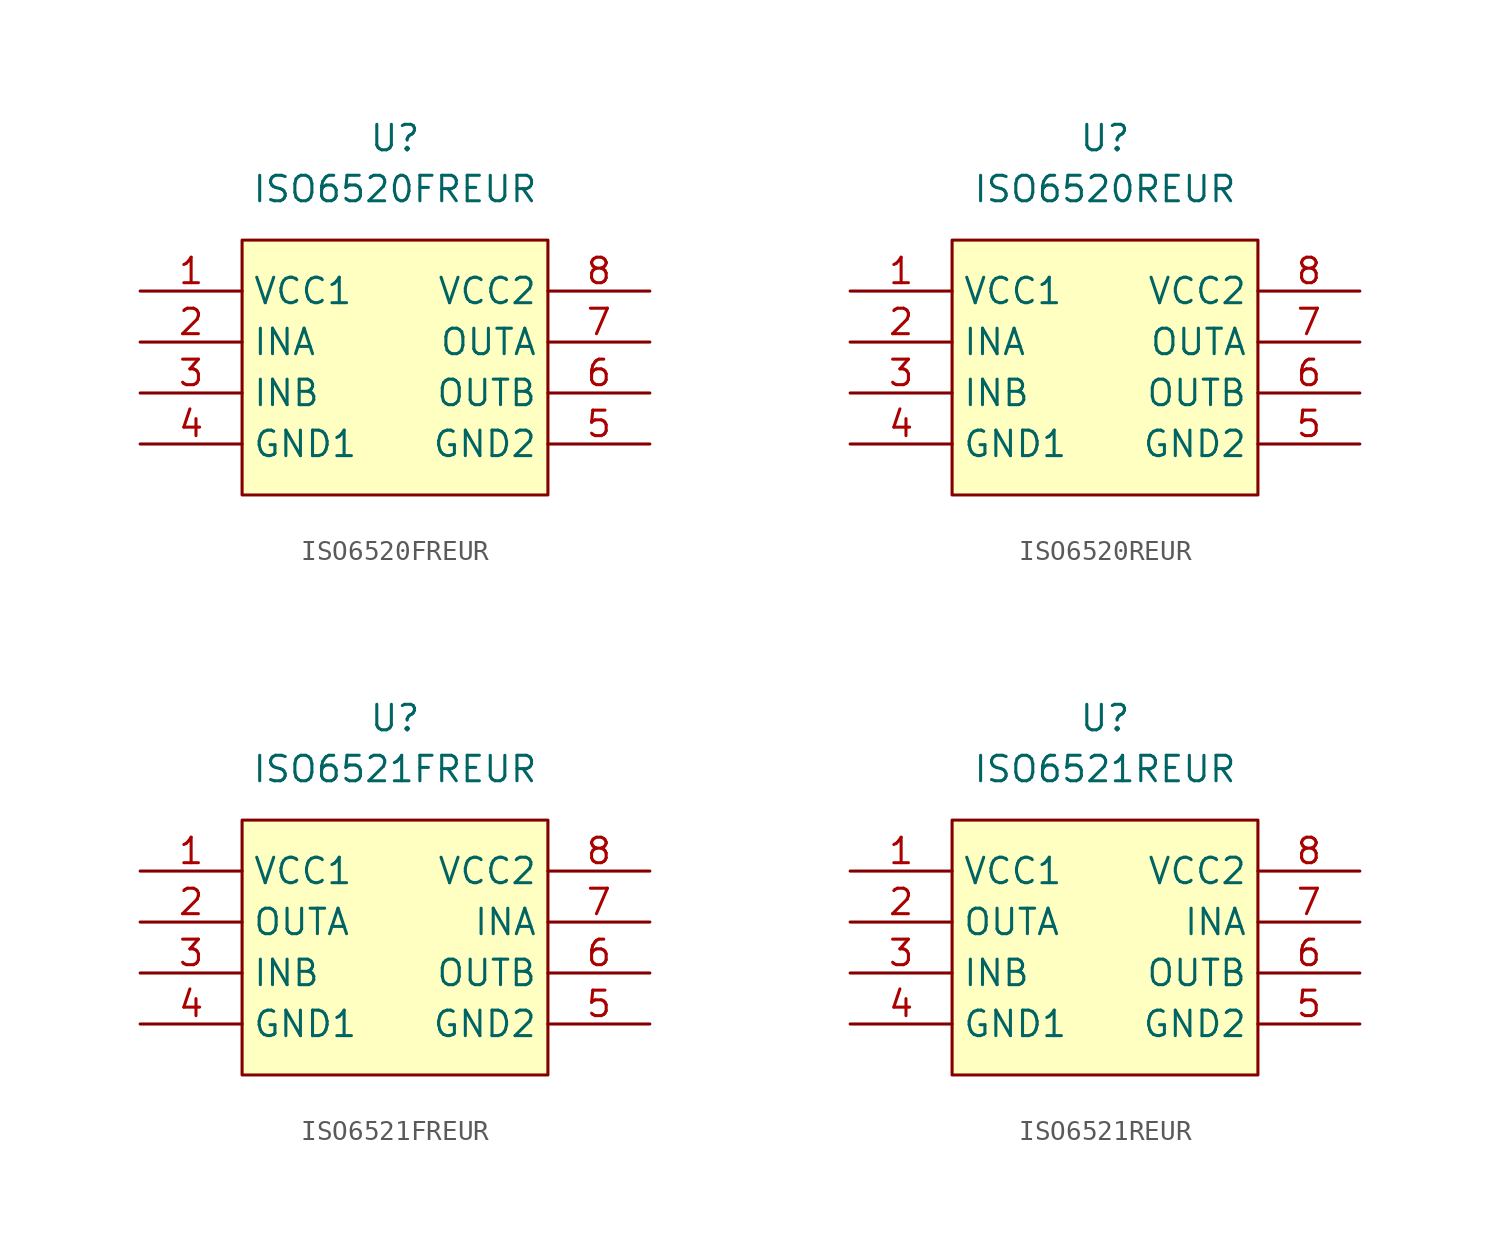
<source format=kicad_sym>
(kicad_symbol_lib
  (version 20241209)
  (generator "kicad_symbol_editor")
  (generator_version "9.0")
  (symbol "ISO6520FREUR"
    (property "Reference" "U"
      (at 0 5.08 0)
      (effects (font (size 1.27 1.27))))
    (property "Value" "ISO6520FREUR"
      (at 0 2.54 0)
      (effects (font (size 1.27 1.27))))
    (symbol "ISO6520FREUR_1_1"
      (rectangle (start -7.62 0) (end 7.62 -12.7) (stroke (width 0) (type solid)) (fill (type background)))
      (pin power_in line (at -12.7 -2.54 0) (length 5.08) (name "VCC1" (effects (font (size 1.27 1.27)))) (number "1" (effects (font (size 1.27 1.27)))))
      (pin input line (at -12.7 -5.08 0) (length 5.08) (name "INA" (effects (font (size 1.27 1.27)))) (number "2" (effects (font (size 1.27 1.27)))))
      (pin input line (at -12.7 -7.62 0) (length 5.08) (name "INB" (effects (font (size 1.27 1.27)))) (number "3" (effects (font (size 1.27 1.27)))))
      (pin passive line (at -12.7 -10.16 0) (length 5.08) (name "GND1" (effects (font (size 1.27 1.27)))) (number "4" (effects (font (size 1.27 1.27)))))
      (pin power_in line (at 12.7 -2.54 180) (length 5.08) (name "VCC2" (effects (font (size 1.27 1.27)))) (number "8" (effects (font (size 1.27 1.27)))))
      (pin output line (at 12.7 -5.08 180) (length 5.08) (name "OUTA" (effects (font (size 1.27 1.27)))) (number "7" (effects (font (size 1.27 1.27)))))
      (pin output line (at 12.7 -7.62 180) (length 5.08) (name "OUTB" (effects (font (size 1.27 1.27)))) (number "6" (effects (font (size 1.27 1.27)))))
      (pin passive line (at 12.7 -10.16 180) (length 5.08) (name "GND2" (effects (font (size 1.27 1.27)))) (number "5" (effects (font (size 1.27 1.27)))))))
  (symbol "ISO6520REUR"
    (property "Reference" "U"
      (at 0 5.08 0)
      (effects (font (size 1.27 1.27))))
    (property "Value" "ISO6520REUR"
      (at 0 2.54 0)
      (effects (font (size 1.27 1.27))))
    (symbol "ISO6520REUR_1_1"
      (rectangle (start -7.62 0) (end 7.62 -12.7) (stroke (width 0) (type solid)) (fill (type background)))
      (pin power_in line (at -12.7 -2.54 0) (length 5.08) (name "VCC1" (effects (font (size 1.27 1.27)))) (number "1" (effects (font (size 1.27 1.27)))))
      (pin input line (at -12.7 -5.08 0) (length 5.08) (name "INA" (effects (font (size 1.27 1.27)))) (number "2" (effects (font (size 1.27 1.27)))))
      (pin input line (at -12.7 -7.62 0) (length 5.08) (name "INB" (effects (font (size 1.27 1.27)))) (number "3" (effects (font (size 1.27 1.27)))))
      (pin passive line (at -12.7 -10.16 0) (length 5.08) (name "GND1" (effects (font (size 1.27 1.27)))) (number "4" (effects (font (size 1.27 1.27)))))
      (pin power_in line (at 12.7 -2.54 180) (length 5.08) (name "VCC2" (effects (font (size 1.27 1.27)))) (number "8" (effects (font (size 1.27 1.27)))))
      (pin output line (at 12.7 -5.08 180) (length 5.08) (name "OUTA" (effects (font (size 1.27 1.27)))) (number "7" (effects (font (size 1.27 1.27)))))
      (pin output line (at 12.7 -7.62 180) (length 5.08) (name "OUTB" (effects (font (size 1.27 1.27)))) (number "6" (effects (font (size 1.27 1.27)))))
      (pin passive line (at 12.7 -10.16 180) (length 5.08) (name "GND2" (effects (font (size 1.27 1.27)))) (number "5" (effects (font (size 1.27 1.27)))))))
  (symbol "ISO6521FREUR"
    (property "Reference" "U"
      (at 0 5.08 0)
      (effects (font (size 1.27 1.27))))
    (property "Value" "ISO6521FREUR"
      (at 0 2.54 0)
      (effects (font (size 1.27 1.27))))
    (symbol "ISO6521FREUR_1_1"
      (rectangle (start -7.62 0) (end 7.62 -12.7) (stroke (width 0) (type solid)) (fill (type background)))
      (pin power_in line (at -12.7 -2.54 0) (length 5.08) (name "VCC1" (effects (font (size 1.27 1.27)))) (number "1" (effects (font (size 1.27 1.27)))))
      (pin output line (at -12.7 -5.08 0) (length 5.08) (name "OUTA" (effects (font (size 1.27 1.27)))) (number "2" (effects (font (size 1.27 1.27)))))
      (pin input line (at -12.7 -7.62 0) (length 5.08) (name "INB" (effects (font (size 1.27 1.27)))) (number "3" (effects (font (size 1.27 1.27)))))
      (pin passive line (at -12.7 -10.16 0) (length 5.08) (name "GND1" (effects (font (size 1.27 1.27)))) (number "4" (effects (font (size 1.27 1.27)))))
      (pin power_in line (at 12.7 -2.54 180) (length 5.08) (name "VCC2" (effects (font (size 1.27 1.27)))) (number "8" (effects (font (size 1.27 1.27)))))
      (pin input line (at 12.7 -5.08 180) (length 5.08) (name "INA" (effects (font (size 1.27 1.27)))) (number "7" (effects (font (size 1.27 1.27)))))
      (pin output line (at 12.7 -7.62 180) (length 5.08) (name "OUTB" (effects (font (size 1.27 1.27)))) (number "6" (effects (font (size 1.27 1.27)))))
      (pin passive line (at 12.7 -10.16 180) (length 5.08) (name "GND2" (effects (font (size 1.27 1.27)))) (number "5" (effects (font (size 1.27 1.27)))))))
  (symbol "ISO6521REUR"
    (property "Reference" "U"
      (at 0 5.08 0)
      (effects (font (size 1.27 1.27))))
    (property "Value" "ISO6521REUR"
      (at 0 2.54 0)
      (effects (font (size 1.27 1.27))))
    (symbol "ISO6521REUR_1_1"
      (rectangle (start -7.62 0) (end 7.62 -12.7) (stroke (width 0) (type solid)) (fill (type background)))
      (pin power_in line (at -12.7 -2.54 0) (length 5.08) (name "VCC1" (effects (font (size 1.27 1.27)))) (number "1" (effects (font (size 1.27 1.27)))))
      (pin output line (at -12.7 -5.08 0) (length 5.08) (name "OUTA" (effects (font (size 1.27 1.27)))) (number "2" (effects (font (size 1.27 1.27)))))
      (pin input line (at -12.7 -7.62 0) (length 5.08) (name "INB" (effects (font (size 1.27 1.27)))) (number "3" (effects (font (size 1.27 1.27)))))
      (pin passive line (at -12.7 -10.16 0) (length 5.08) (name "GND1" (effects (font (size 1.27 1.27)))) (number "4" (effects (font (size 1.27 1.27)))))
      (pin power_in line (at 12.7 -2.54 180) (length 5.08) (name "VCC2" (effects (font (size 1.27 1.27)))) (number "8" (effects (font (size 1.27 1.27)))))
      (pin input line (at 12.7 -5.08 180) (length 5.08) (name "INA" (effects (font (size 1.27 1.27)))) (number "7" (effects (font (size 1.27 1.27)))))
      (pin output line (at 12.7 -7.62 180) (length 5.08) (name "OUTB" (effects (font (size 1.27 1.27)))) (number "6" (effects (font (size 1.27 1.27)))))
      (pin passive line (at 12.7 -10.16 180) (length 5.08) (name "GND2" (effects (font (size 1.27 1.27)))) (number "5" (effects (font (size 1.27 1.27))))))))
</source>
